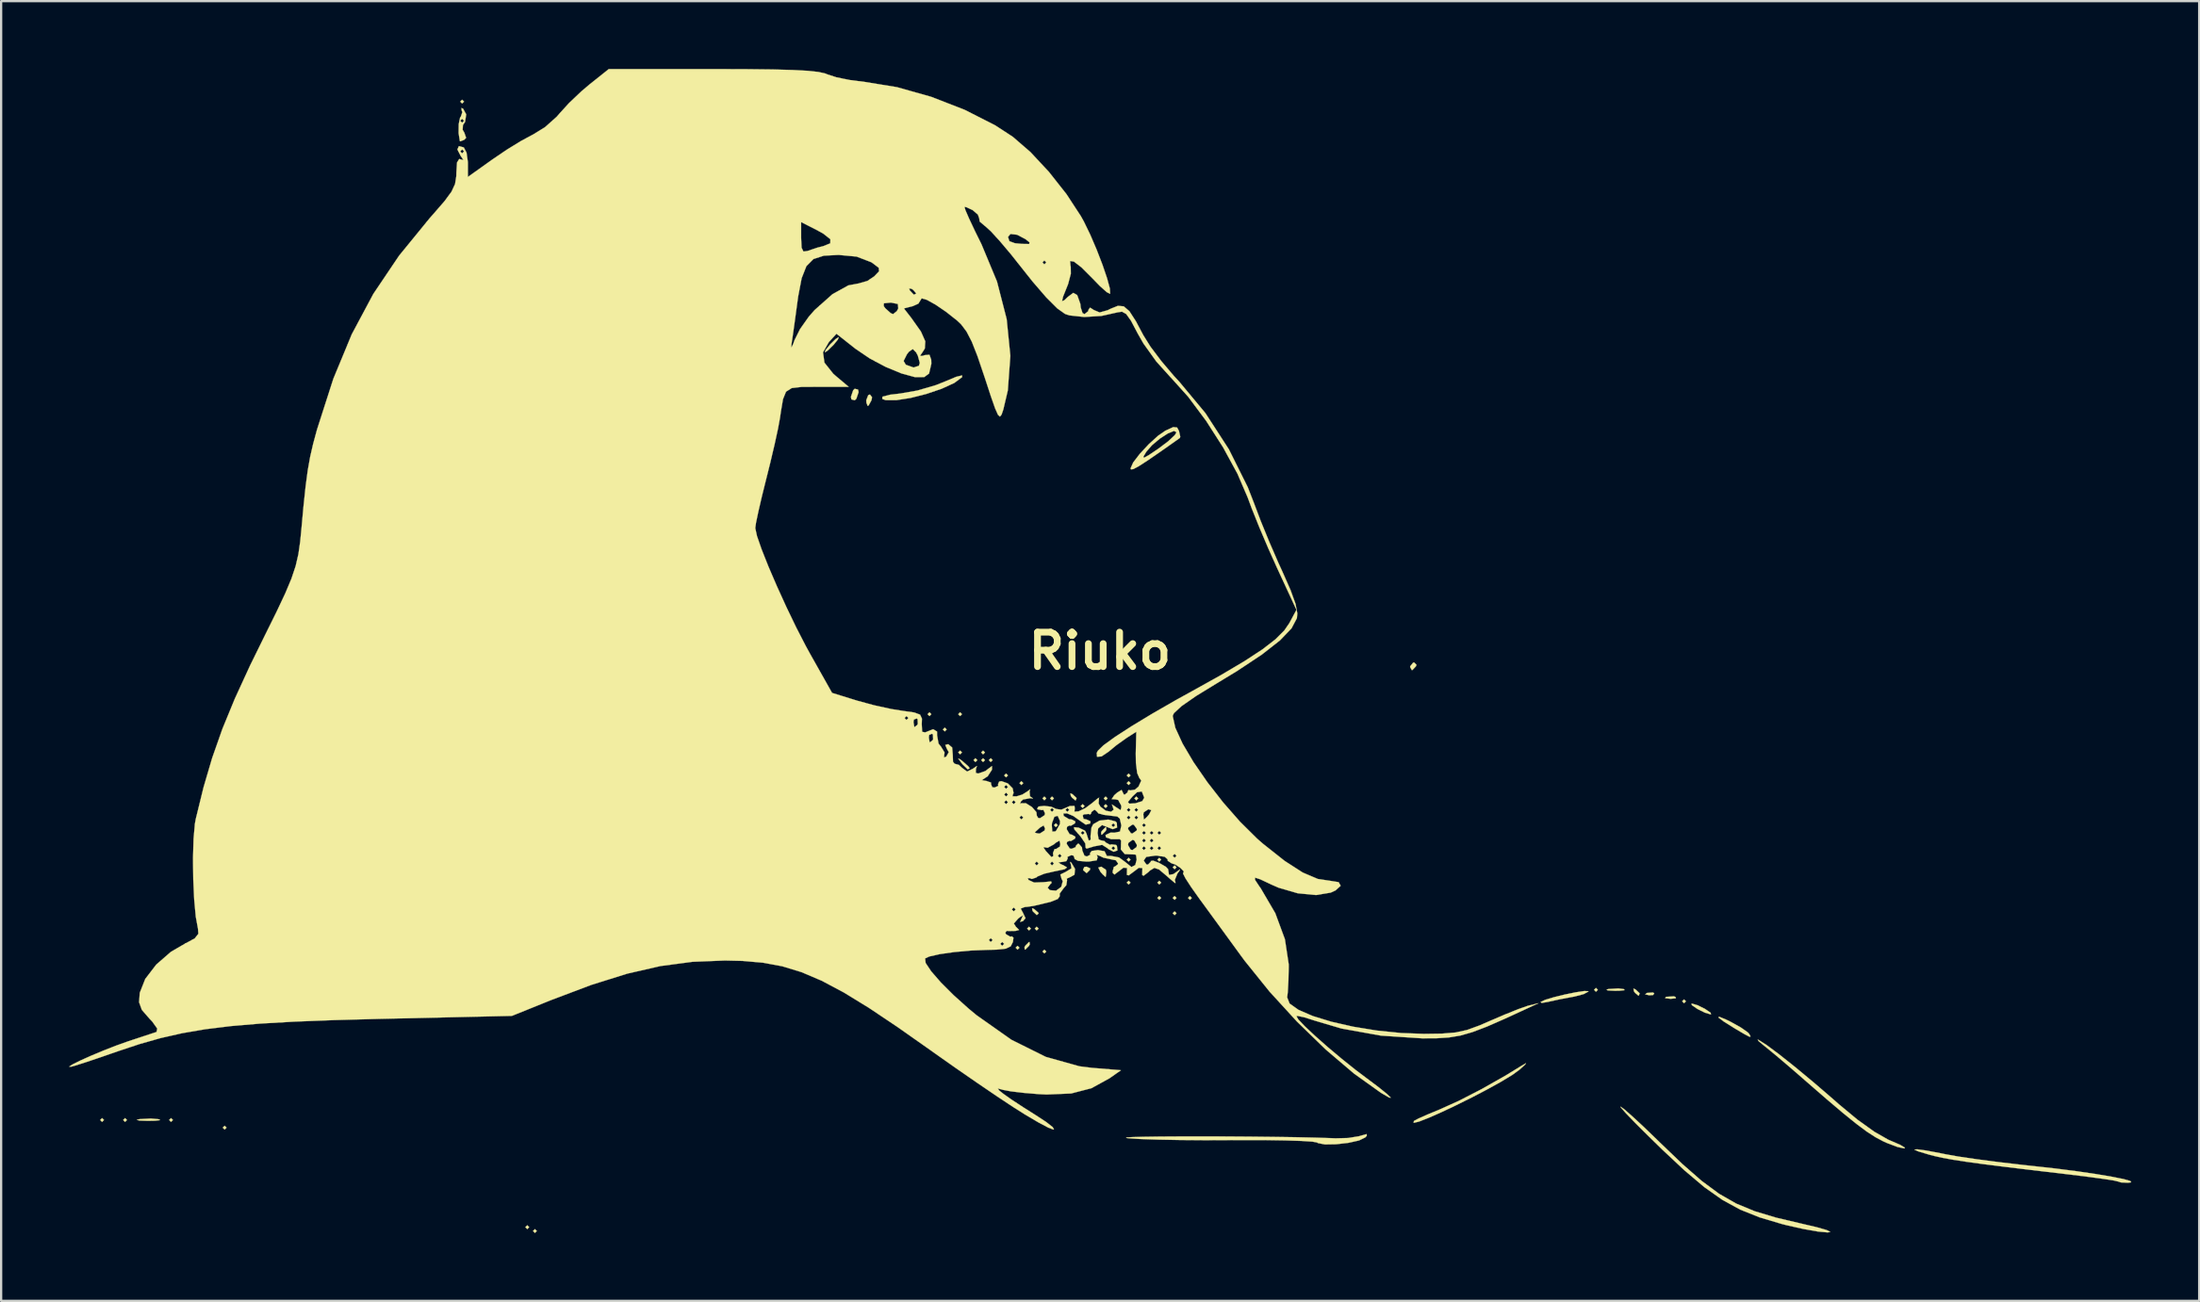
<source format=kicad_pcb>
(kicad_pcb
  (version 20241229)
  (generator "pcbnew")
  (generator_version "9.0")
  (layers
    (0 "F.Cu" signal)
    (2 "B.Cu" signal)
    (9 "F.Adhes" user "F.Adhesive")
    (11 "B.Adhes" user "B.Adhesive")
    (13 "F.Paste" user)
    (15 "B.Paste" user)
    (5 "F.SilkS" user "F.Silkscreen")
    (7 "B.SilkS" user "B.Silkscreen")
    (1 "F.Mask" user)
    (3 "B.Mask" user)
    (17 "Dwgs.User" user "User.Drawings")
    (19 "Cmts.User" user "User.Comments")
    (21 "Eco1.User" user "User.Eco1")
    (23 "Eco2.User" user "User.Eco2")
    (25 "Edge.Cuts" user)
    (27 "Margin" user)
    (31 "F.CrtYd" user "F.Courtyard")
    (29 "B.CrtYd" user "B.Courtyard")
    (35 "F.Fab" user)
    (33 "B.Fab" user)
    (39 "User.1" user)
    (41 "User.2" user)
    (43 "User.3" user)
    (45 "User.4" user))
  (footprint "Riuko"
    (layer "F.Cu")
    (at 45.574 25.744)
    (property "Reference" "Riuko" (at 0 0 0) (layer "F.SilkS") (effects (font (size 1.524 1.524) (thickness 0.3))))
    (attr through_hole)
    (fp_poly (pts (xy -44.027 20.743) (xy -44.111 20.828) (xy -44.196 20.743) (xy -44.111 20.659) (xy -44.027 20.743)) (stroke (width 0.01) (type solid)) (fill yes) (layer "F.SilkS"))
    (fp_poly (pts (xy -43.011 20.743) (xy -43.095 20.828) (xy -43.18 20.743) (xy -43.095 20.659) (xy -43.011 20.743)) (stroke (width 0.01) (type solid)) (fill yes) (layer "F.SilkS"))
    (fp_poly (pts (xy -40.979 20.743) (xy -41.063 20.828) (xy -41.148 20.743) (xy -41.063 20.659) (xy -40.979 20.743)) (stroke (width 0.01) (type solid)) (fill yes) (layer "F.SilkS"))
    (fp_poly (pts (xy -38.608 21.082) (xy -38.693 21.167) (xy -38.777 21.082) (xy -38.693 20.997) (xy -38.608 21.082)) (stroke (width 0.01) (type solid)) (fill yes) (layer "F.SilkS"))
    (fp_poly (pts (xy -28.109 -24.299) (xy -28.194 -24.215) (xy -28.279 -24.299) (xy -28.194 -24.384) (xy -28.109 -24.299)) (stroke (width 0.01) (type solid)) (fill yes) (layer "F.SilkS"))
    (fp_poly (pts (xy -25.231 25.485) (xy -25.315 25.569) (xy -25.4 25.485) (xy -25.315 25.4) (xy -25.231 25.485)) (stroke (width 0.01) (type solid)) (fill yes) (layer "F.SilkS"))
    (fp_poly (pts (xy -24.892 25.654) (xy -24.977 25.739) (xy -25.061 25.654) (xy -24.977 25.569) (xy -24.892 25.654)) (stroke (width 0.01) (type solid)) (fill yes) (layer "F.SilkS"))
    (fp_poly (pts (xy -7.451 2.794) (xy -7.535 2.879) (xy -7.62 2.794) (xy -7.535 2.709) (xy -7.451 2.794)) (stroke (width 0.01) (type solid)) (fill yes) (layer "F.SilkS"))
    (fp_poly (pts (xy -6.773 3.471) (xy -6.858 3.556) (xy -6.943 3.471) (xy -6.858 3.387) (xy -6.773 3.471)) (stroke (width 0.01) (type solid)) (fill yes) (layer "F.SilkS"))
    (fp_poly (pts (xy -6.096 2.794) (xy -6.181 2.879) (xy -6.265 2.794) (xy -6.181 2.709) (xy -6.096 2.794)) (stroke (width 0.01) (type solid)) (fill yes) (layer "F.SilkS"))
    (fp_poly (pts (xy -6.096 4.487) (xy -6.181 4.572) (xy -6.265 4.487) (xy -6.181 4.403) (xy -6.096 4.487)) (stroke (width 0.01) (type solid)) (fill yes) (layer "F.SilkS"))
    (fp_poly (pts (xy -5.419 4.826) (xy -5.503 4.911) (xy -5.588 4.826) (xy -5.503 4.741) (xy -5.419 4.826)) (stroke (width 0.01) (type solid)) (fill yes) (layer "F.SilkS"))
    (fp_poly (pts (xy -5.08 4.487) (xy -5.165 4.572) (xy -5.249 4.487) (xy -5.165 4.403) (xy -5.08 4.487)) (stroke (width 0.01) (type solid)) (fill yes) (layer "F.SilkS"))
    (fp_poly (pts (xy -5.08 4.826) (xy -5.165 4.911) (xy -5.249 4.826) (xy -5.165 4.741) (xy -5.08 4.826)) (stroke (width 0.01) (type solid)) (fill yes) (layer "F.SilkS"))
    (fp_poly (pts (xy -4.741 4.826) (xy -4.826 4.911) (xy -4.911 4.826) (xy -4.826 4.741) (xy -4.741 4.826)) (stroke (width 0.01) (type solid)) (fill yes) (layer "F.SilkS"))
    (fp_poly (pts (xy -4.064 5.503) (xy -4.149 5.588) (xy -4.233 5.503) (xy -4.149 5.419) (xy -4.064 5.503)) (stroke (width 0.01) (type solid)) (fill yes) (layer "F.SilkS"))
    (fp_poly (pts (xy -3.556 13.123) (xy -3.641 13.208) (xy -3.725 13.123) (xy -3.641 13.039) (xy -3.556 13.123)) (stroke (width 0.01) (type solid)) (fill yes) (layer "F.SilkS"))
    (fp_poly (pts (xy -3.387 5.842) (xy -3.471 5.927) (xy -3.556 5.842) (xy -3.471 5.757) (xy -3.387 5.842)) (stroke (width 0.01) (type solid)) (fill yes) (layer "F.SilkS"))
    (fp_poly (pts (xy -3.048 12.277) (xy -3.133 12.361) (xy -3.217 12.277) (xy -3.133 12.192) (xy -3.048 12.277)) (stroke (width 0.01) (type solid)) (fill yes) (layer "F.SilkS"))
    (fp_poly (pts (xy -2.709 12.277) (xy -2.794 12.361) (xy -2.879 12.277) (xy -2.794 12.192) (xy -2.709 12.277)) (stroke (width 0.01) (type solid)) (fill yes) (layer "F.SilkS"))
    (fp_poly (pts (xy -2.371 6.519) (xy -2.455 6.604) (xy -2.54 6.519) (xy -2.455 6.435) (xy -2.371 6.519)) (stroke (width 0.01) (type solid)) (fill yes) (layer "F.SilkS"))
    (fp_poly (pts (xy -2.371 13.293) (xy -2.455 13.377) (xy -2.54 13.293) (xy -2.455 13.208) (xy -2.371 13.293)) (stroke (width 0.01) (type solid)) (fill yes) (layer "F.SilkS"))
    (fp_poly (pts (xy -2.032 6.519) (xy -2.117 6.604) (xy -2.201 6.519) (xy -2.117 6.435) (xy -2.032 6.519)) (stroke (width 0.01) (type solid)) (fill yes) (layer "F.SilkS"))
    (fp_poly (pts (xy -1.863 7.705) (xy -1.947 7.789) (xy -2.032 7.705) (xy -1.947 7.62) (xy -1.863 7.705)) (stroke (width 0.01) (type solid)) (fill yes) (layer "F.SilkS"))
    (fp_poly (pts (xy -0.677 6.858) (xy -0.762 6.943) (xy -0.847 6.858) (xy -0.762 6.773) (xy -0.677 6.858)) (stroke (width 0.01) (type solid)) (fill yes) (layer "F.SilkS"))
    (fp_poly (pts (xy 0.339 6.519) (xy 0.254 6.604) (xy 0.169 6.519) (xy 0.254 6.435) (xy 0.339 6.519)) (stroke (width 0.01) (type solid)) (fill yes) (layer "F.SilkS"))
    (fp_poly (pts (xy 0.339 6.858) (xy 0.254 6.943) (xy 0.169 6.858) (xy 0.254 6.773) (xy 0.339 6.858)) (stroke (width 0.01) (type solid)) (fill yes) (layer "F.SilkS"))
    (fp_poly (pts (xy 1.355 5.503) (xy 1.27 5.588) (xy 1.185 5.503) (xy 1.27 5.419) (xy 1.355 5.503)) (stroke (width 0.01) (type solid)) (fill yes) (layer "F.SilkS"))
    (fp_poly (pts (xy 1.355 5.842) (xy 1.27 5.927) (xy 1.185 5.842) (xy 1.27 5.757) (xy 1.355 5.842)) (stroke (width 0.01) (type solid)) (fill yes) (layer "F.SilkS"))
    (fp_poly (pts (xy 1.355 9.229) (xy 1.27 9.313) (xy 1.185 9.229) (xy 1.27 9.144) (xy 1.355 9.229)) (stroke (width 0.01) (type solid)) (fill yes) (layer "F.SilkS"))
    (fp_poly (pts (xy 1.355 10.245) (xy 1.27 10.329) (xy 1.185 10.245) (xy 1.27 10.16) (xy 1.355 10.245)) (stroke (width 0.01) (type solid)) (fill yes) (layer "F.SilkS"))
    (fp_poly (pts (xy 1.693 6.519) (xy 1.609 6.604) (xy 1.524 6.519) (xy 1.609 6.435) (xy 1.693 6.519)) (stroke (width 0.01) (type solid)) (fill yes) (layer "F.SilkS"))
    (fp_poly (pts (xy 2.709 9.229) (xy 2.625 9.313) (xy 2.54 9.229) (xy 2.625 9.144) (xy 2.709 9.229)) (stroke (width 0.01) (type solid)) (fill yes) (layer "F.SilkS"))
    (fp_poly (pts (xy 2.709 10.245) (xy 2.625 10.329) (xy 2.54 10.245) (xy 2.625 10.16) (xy 2.709 10.245)) (stroke (width 0.01) (type solid)) (fill yes) (layer "F.SilkS"))
    (fp_poly (pts (xy 2.709 10.922) (xy 2.625 11.007) (xy 2.54 10.922) (xy 2.625 10.837) (xy 2.709 10.922)) (stroke (width 0.01) (type solid)) (fill yes) (layer "F.SilkS"))
    (fp_poly (pts (xy 3.387 9.567) (xy 3.302 9.652) (xy 3.217 9.567) (xy 3.302 9.483) (xy 3.387 9.567)) (stroke (width 0.01) (type solid)) (fill yes) (layer "F.SilkS"))
    (fp_poly (pts (xy 3.387 10.922) (xy 3.302 11.007) (xy 3.217 10.922) (xy 3.302 10.837) (xy 3.387 10.922)) (stroke (width 0.01) (type solid)) (fill yes) (layer "F.SilkS"))
    (fp_poly (pts (xy 3.387 11.599) (xy 3.302 11.684) (xy 3.217 11.599) (xy 3.302 11.515) (xy 3.387 11.599)) (stroke (width 0.01) (type solid)) (fill yes) (layer "F.SilkS"))
    (fp_poly (pts (xy 4.064 10.922) (xy 3.979 11.007) (xy 3.895 10.922) (xy 3.979 10.837) (xy 4.064 10.922)) (stroke (width 0.01) (type solid)) (fill yes) (layer "F.SilkS"))
    (fp_poly (pts (xy 22.013 14.986) (xy 21.929 15.071) (xy 21.844 14.986) (xy 21.929 14.901) (xy 22.013 14.986)) (stroke (width 0.01) (type solid)) (fill yes) (layer "F.SilkS"))
    (fp_poly (pts (xy 25.908 15.494) (xy 25.823 15.579) (xy 25.739 15.494) (xy 25.823 15.409) (xy 25.908 15.494)) (stroke (width 0.01) (type solid)) (fill yes) (layer "F.SilkS"))
    (fp_poly (pts (xy 24.507 15.138) (xy 24.457 15.215) (xy 24.285 15.227) (xy 24.105 15.185) (xy 24.183 15.124) (xy 24.448 15.104) (xy 24.507 15.138)) (stroke (width 0.01) (type solid)) (fill yes) (layer "F.SilkS"))
    (fp_poly (pts (xy 25.442 15.297) (xy 25.464 15.359) (xy 25.231 15.383) (xy 24.99 15.356) (xy 25.019 15.297) (xy 25.366 15.275) (xy 25.442 15.297)) (stroke (width 0.01) (type solid)) (fill yes) (layer "F.SilkS"))
    (fp_poly (pts (xy -2.905 11.414) (xy -2.724 11.571) (xy -2.709 11.609) (xy -2.79 11.679) (xy -2.957 11.523) (xy -2.98 11.489) (xy -2.999 11.373) (xy -2.905 11.414)) (stroke (width 0.01) (type solid)) (fill yes) (layer "F.SilkS"))
    (fp_poly (pts (xy -1.211 6.334) (xy -1.03 6.504) (xy -1.067 6.602) (xy -1.091 6.604) (xy -1.234 6.484) (xy -1.286 6.409) (xy -1.306 6.293) (xy -1.211 6.334)) (stroke (width 0.01) (type solid)) (fill yes) (layer "F.SilkS"))
    (fp_poly (pts (xy 23.681 14.97) (xy 23.862 15.14) (xy 23.825 15.238) (xy 23.801 15.24) (xy 23.658 15.12) (xy 23.606 15.045) (xy 23.586 14.929) (xy 23.681 14.97)) (stroke (width 0.01) (type solid)) (fill yes) (layer "F.SilkS"))
    (fp_poly (pts (xy -41.611 20.709) (xy -41.543 20.748) (xy -41.765 20.774) (xy -42.079 20.78) (xy -42.464 20.767) (xy -42.576 20.737) (xy -42.458 20.706) (xy -41.957 20.679) (xy -41.611 20.709)) (stroke (width 0.01) (type solid)) (fill yes) (layer "F.SilkS"))
    (fp_poly (pts (xy -11.581 -13.78) (xy -11.769 -13.547) (xy -12.023 -13.296) (xy -12.16 -13.208) (xy -12.125 -13.314) (xy -11.938 -13.547) (xy -11.684 -13.797) (xy -11.547 -13.885) (xy -11.581 -13.78)) (stroke (width 0.01) (type solid)) (fill yes) (layer "F.SilkS"))
    (fp_poly (pts (xy -10.691 -11.563) (xy -10.668 -11.45) (xy -10.767 -11.157) (xy -10.837 -11.091) (xy -10.984 -11.128) (xy -11.007 -11.241) (xy -10.907 -11.533) (xy -10.837 -11.599) (xy -10.691 -11.563)) (stroke (width 0.01) (type solid)) (fill yes) (layer "F.SilkS"))
    (fp_poly (pts (xy -10.072 -11.221) (xy -10.099 -11.091) (xy -10.219 -10.869) (xy -10.263 -10.837) (xy -10.322 -10.976) (xy -10.329 -11.091) (xy -10.241 -11.317) (xy -10.165 -11.345) (xy -10.072 -11.221)) (stroke (width 0.01) (type solid)) (fill yes) (layer "F.SilkS"))
    (fp_poly (pts (xy -6.176 4.794) (xy -6.054 4.889) (xy -5.819 5.098) (xy -5.757 5.185) (xy -5.84 5.236) (xy -6.065 5.019) (xy -6.118 4.953) (xy -6.264 4.752) (xy -6.176 4.794)) (stroke (width 0.01) (type solid)) (fill yes) (layer "F.SilkS"))
    (fp_poly (pts (xy -3.101 12.979) (xy -3.133 13.039) (xy -3.292 13.2) (xy -3.322 13.208) (xy -3.334 13.099) (xy -3.302 13.039) (xy -3.142 12.877) (xy -3.113 12.869) (xy -3.101 12.979)) (stroke (width 0.01) (type solid)) (fill yes) (layer "F.SilkS"))
    (fp_poly (pts (xy -0.428 9.614) (xy -0.441 9.68) (xy -0.58 9.819) (xy -0.593 9.821) (xy -0.728 9.706) (xy -0.745 9.68) (xy -0.694 9.556) (xy -0.593 9.539) (xy -0.428 9.614)) (stroke (width 0.01) (type solid)) (fill yes) (layer "F.SilkS"))
    (fp_poly (pts (xy 0.263 9.673) (xy 0.282 9.765) (xy 0.261 9.972) (xy 0.247 9.991) (xy 0.125 9.881) (xy 0.023 9.765) (xy -0.071 9.579) (xy 0.059 9.539) (xy 0.263 9.673)) (stroke (width 0.01) (type solid)) (fill yes) (layer "F.SilkS"))
    (fp_poly (pts (xy 0.286 7.899) (xy 0.254 7.959) (xy 0.094 8.12) (xy 0.065 8.128) (xy 0.053 8.019) (xy 0.085 7.959) (xy 0.244 7.797) (xy 0.274 7.789) (xy 0.286 7.899)) (stroke (width 0.01) (type solid)) (fill yes) (layer "F.SilkS"))
    (fp_poly (pts (xy 13.996 0.612) (xy 13.97 0.677) (xy 13.818 0.839) (xy 13.791 0.847) (xy 13.718 0.716) (xy 13.716 0.677) (xy 13.846 0.515) (xy 13.895 0.508) (xy 13.996 0.612)) (stroke (width 0.01) (type solid)) (fill yes) (layer "F.SilkS"))
    (fp_poly (pts (xy 23.158 14.954) (xy 23.198 15) (xy 22.955 15.026) (xy 22.775 15.028) (xy 22.447 15.011) (xy 22.398 14.973) (xy 22.481 14.951) (xy 22.922 14.924) (xy 23.158 14.954)) (stroke (width 0.01) (type solid)) (fill yes) (layer "F.SilkS"))
    (fp_poly (pts (xy 26.422 15.668) (xy 26.755 15.833) (xy 27.001 16.001) (xy 27.014 16.075) (xy 27.009 16.075) (xy 26.749 15.997) (xy 26.416 15.833) (xy 26.169 15.664) (xy 26.157 15.591) (xy 26.162 15.591) (xy 26.422 15.668)) (stroke (width 0.01) (type solid)) (fill yes) (layer "F.SilkS"))
    (fp_poly (pts (xy 27.668 16.295) (xy 27.886 16.402) (xy 28.332 16.65) (xy 28.638 16.865) (xy 28.701 16.931) (xy 28.766 17.05) (xy 28.716 17.062) (xy 28.491 16.944) (xy 28.071 16.696) (xy 27.582 16.39) (xy 27.345 16.211) (xy 27.37 16.174) (xy 27.668 16.295)) (stroke (width 0.01) (type solid)) (fill yes) (layer "F.SilkS"))
    (fp_poly (pts (xy 21.594 15.046) (xy 21.595 15.063) (xy 21.389 15.174) (xy 20.983 15.282) (xy 20.874 15.302) (xy 20.325 15.405) (xy 19.845 15.51) (xy 19.812 15.519) (xy 19.533 15.566) (xy 19.481 15.525) (xy 19.679 15.43) (xy 20.069 15.313) (xy 20.553 15.194) (xy 21.034 15.096) (xy 21.414 15.039) (xy 21.594 15.046)) (stroke (width 0.01) (type solid)) (fill yes) (layer "F.SilkS"))
    (fp_poly (pts (xy -6.091 -12.114) (xy -6.435 -11.857) (xy -6.993 -11.601) (xy -7.669 -11.371) (xy -8.371 -11.193) (xy -9.004 -11.094) (xy -9.473 -11.097) (xy -9.622 -11.15) (xy -9.613 -11.248) (xy -9.28 -11.335) (xy -8.828 -11.388) (xy -8.073 -11.52) (xy -7.262 -11.756) (xy -6.847 -11.921) (xy -6.351 -12.128) (xy -6.093 -12.19) (xy -6.091 -12.114)) (stroke (width 0.01) (type solid)) (fill yes) (layer "F.SilkS"))
    (fp_poly (pts (xy 18.791 18.3) (xy 18.542 18.524) (xy 18.223 18.755) (xy 17.732 19.051) (xy 17.123 19.389) (xy 16.446 19.743) (xy 15.754 20.087) (xy 15.098 20.398) (xy 14.531 20.648) (xy 14.105 20.814) (xy 13.87 20.87) (xy 13.88 20.79) (xy 13.885 20.785) (xy 14.075 20.682) (xy 14.489 20.498) (xy 14.995 20.289) (xy 15.857 19.901) (xy 16.873 19.378) (xy 17.926 18.782) (xy 18.627 18.352) (xy 18.836 18.231) (xy 18.791 18.3)) (stroke (width 0.01) (type solid)) (fill yes) (layer "F.SilkS"))
    (fp_poly (pts (xy -28.151 -23.986) (xy -28.015 -23.736) (xy -28.065 -23.401) (xy -28.159 -23.261) (xy -28.171 -23.052) (xy -28.1 -22.933) (xy -28.018 -22.699) (xy -28.101 -22.611) (xy -28.277 -22.542) (xy -28.295 -22.554) (xy -28.35 -22.905) (xy -28.345 -23.305) (xy -28.314 -23.453) (xy -28.279 -23.453) (xy -28.194 -23.368) (xy -28.109 -23.453) (xy -28.194 -23.537) (xy -28.279 -23.453) (xy -28.314 -23.453) (xy -28.285 -23.594) (xy -28.25 -23.64) (xy -28.185 -23.837) (xy -28.217 -23.914) (xy -28.224 -24.018) (xy -28.151 -23.986)) (stroke (width 0.01) (type solid)) (fill yes) (layer "F.SilkS"))
    (fp_poly (pts (xy 29.125 17.205) (xy 29.48 17.431) (xy 30.035 17.845) (xy 30.74 18.406) (xy 31.544 19.073) (xy 32.396 19.806) (xy 32.681 20.057) (xy 33.487 20.726) (xy 34.237 21.264) (xy 34.854 21.616) (xy 34.967 21.664) (xy 35.384 21.844) (xy 35.587 21.967) (xy 35.56 22.001) (xy 35.257 21.935) (xy 34.802 21.764) (xy 34.629 21.686) (xy 34.291 21.507) (xy 33.911 21.262) (xy 33.448 20.918) (xy 32.862 20.444) (xy 32.113 19.809) (xy 31.158 18.979) (xy 31.046 18.881) (xy 30.459 18.372) (xy 29.905 17.901) (xy 29.478 17.55) (xy 29.379 17.471) (xy 29.12 17.256) (xy 29.078 17.185) (xy 29.125 17.205)) (stroke (width 0.01) (type solid)) (fill yes) (layer "F.SilkS"))
    (fp_poly (pts (xy 3.412 -9.885) (xy 3.495 -9.735) (xy 3.552 -9.482) (xy 3.535 -9.423) (xy 2.703 -8.836) (xy 2.108 -8.426) (xy 1.712 -8.17) (xy 1.48 -8.047) (xy 1.374 -8.033) (xy 1.355 -8.079) (xy 1.472 -8.34) (xy 1.668 -8.595) (xy 1.922 -8.595) (xy 1.948 -8.545) (xy 2.171 -8.67) (xy 2.582 -8.947) (xy 3.018 -9.275) (xy 3.311 -9.549) (xy 3.387 -9.676) (xy 3.276 -9.735) (xy 3 -9.621) (xy 2.646 -9.391) (xy 2.299 -9.099) (xy 2.051 -8.812) (xy 1.922 -8.595) (xy 1.668 -8.595) (xy 1.769 -8.727) (xy 2.165 -9.151) (xy 2.576 -9.524) (xy 2.897 -9.746) (xy 3.244 -9.904) (xy 3.412 -9.885)) (stroke (width 0.01) (type solid)) (fill yes) (layer "F.SilkS"))
    (fp_poly (pts (xy 23.175 20.263) (xy 23.526 20.571) (xy 24.021 21.029) (xy 24.609 21.595) (xy 24.747 21.73) (xy 25.75 22.691) (xy 26.601 23.436) (xy 27.371 24.006) (xy 28.129 24.44) (xy 28.946 24.778) (xy 29.891 25.062) (xy 30.988 25.321) (xy 31.687 25.485) (xy 32.129 25.611) (xy 32.288 25.691) (xy 32.173 25.716) (xy 31.734 25.675) (xy 31.089 25.561) (xy 30.357 25.396) (xy 30.141 25.341) (xy 29.162 25.049) (xy 28.311 24.709) (xy 27.521 24.277) (xy 26.72 23.712) (xy 25.84 22.969) (xy 24.865 22.056) (xy 24.212 21.418) (xy 23.665 20.872) (xy 23.262 20.454) (xy 23.041 20.205) (xy 23.015 20.151) (xy 23.175 20.263)) (stroke (width 0.01) (type solid)) (fill yes) (layer "F.SilkS"))
    (fp_poly (pts (xy 36.524 22.093) (xy 37.163 22.213) (xy 37.371 22.256) (xy 37.952 22.36) (xy 38.778 22.481) (xy 39.757 22.609) (xy 40.796 22.73) (xy 41.267 22.781) (xy 42.252 22.89) (xy 43.186 23.01) (xy 44.026 23.133) (xy 44.729 23.251) (xy 45.253 23.356) (xy 45.555 23.442) (xy 45.591 23.499) (xy 45.452 23.519) (xy 45.135 23.504) (xy 45.029 23.468) (xy 44.844 23.423) (xy 44.386 23.351) (xy 43.719 23.26) (xy 42.906 23.159) (xy 42.672 23.131) (xy 41.176 22.955) (xy 39.974 22.81) (xy 39.023 22.69) (xy 38.282 22.588) (xy 37.707 22.499) (xy 37.257 22.417) (xy 36.887 22.335) (xy 36.65 22.273) (xy 36.173 22.13) (xy 36.007 22.052) (xy 36.131 22.039) (xy 36.524 22.093)) (stroke (width 0.01) (type solid)) (fill yes) (layer "F.SilkS"))
    (fp_poly (pts (xy 11.798 21.44) (xy 11.732 21.514) (xy 11.456 21.648) (xy 10.985 21.753) (xy 10.441 21.816) (xy 9.95 21.824) (xy 9.635 21.764) (xy 9.602 21.739) (xy 9.4 21.701) (xy 8.91 21.669) (xy 8.184 21.646) (xy 7.272 21.632) (xy 6.226 21.631) (xy 5.792 21.633) (xy 4.644 21.637) (xy 3.552 21.629) (xy 2.581 21.611) (xy 1.799 21.585) (xy 1.272 21.551) (xy 1.185 21.541) (xy 1.158 21.518) (xy 1.424 21.5) (xy 1.938 21.486) (xy 2.654 21.476) (xy 3.526 21.471) (xy 4.51 21.47) (xy 5.559 21.472) (xy 6.628 21.479) (xy 7.671 21.49) (xy 8.644 21.504) (xy 9.5 21.523) (xy 10.194 21.545) (xy 10.414 21.554) (xy 10.971 21.54) (xy 11.458 21.461) (xy 11.515 21.443) (xy 11.792 21.367) (xy 11.798 21.44)) (stroke (width 0.01) (type solid)) (fill yes) (layer "F.SilkS"))
    (fp_poly (pts (xy 0.685 7.534) (xy 0.747 7.596) (xy 0.759 7.811) (xy 0.566 7.88) (xy 0.442 7.832) (xy 0.112 7.705) (xy 0.508 7.705) (xy 0.593 7.789) (xy 0.677 7.705) (xy 0.593 7.62) (xy 0.508 7.705) (xy 0.112 7.705) (xy 0.094 7.697) (xy -0.078 7.849) (xy -0.102 8.052) (xy -0.058 8.324) (xy 0.022 8.368) (xy 0.208 8.41) (xy 0.254 8.467) (xy 0.45 8.572) (xy 0.508 8.551) (xy 0.716 8.577) (xy 0.753 8.622) (xy 0.774 8.821) (xy 0.604 8.879) (xy 0.375 8.761) (xy 0.345 8.728) (xy 0.333 8.721) (xy 0.508 8.721) (xy 0.593 8.805) (xy 0.677 8.721) (xy 0.593 8.636) (xy 0.508 8.721) (xy 0.333 8.721) (xy 0.1 8.574) (xy -0.274 8.644) (xy -0.306 8.656) (xy -0.584 8.739) (xy -0.633 8.704) (xy -0.63 8.701) (xy -0.647 8.508) (xy -0.854 8.202) (xy -0.887 8.165) (xy -0.994 8.043) (xy -0.847 8.043) (xy -0.762 8.128) (xy -0.677 8.043) (xy -0.762 7.959) (xy -0.847 8.043) (xy -0.994 8.043) (xy -1.13 7.889) (xy -1.146 7.793) (xy -0.942 7.814) (xy -0.931 7.816) (xy -0.656 7.949) (xy -0.593 8.074) (xy -0.505 8.351) (xy -0.478 8.383) (xy -0.407 8.347) (xy -0.414 8.186) (xy -0.373 7.81) (xy -0.296 7.662) (xy -0.015 7.501) (xy 0.37 7.455) (xy 0.685 7.534)) (stroke (width 0.01) (type solid)) (fill yes) (layer "F.SilkS"))
    (fp_poly (pts (xy -15.64 -25.735) (xy -14.472 -25.722) (xy -13.573 -25.698) (xy -12.91 -25.662) (xy -12.448 -25.612) (xy -12.152 -25.547) (xy -12.057 -25.508) (xy -11.656 -25.376) (xy -11.05 -25.254) (xy -10.392 -25.17) (xy -8.972 -24.939) (xy -7.46 -24.513) (xy -5.971 -23.934) (xy -4.623 -23.247) (xy -3.848 -22.741) (xy -3.071 -22.069) (xy -2.252 -21.19) (xy -1.478 -20.208) (xy -0.839 -19.23) (xy -0.709 -18.995) (xy -0.429 -18.419) (xy -0.146 -17.758) (xy 0.112 -17.089) (xy 0.316 -16.489) (xy 0.439 -16.036) (xy 0.452 -15.807) (xy 0.447 -15.8) (xy 0.302 -15.873) (xy 0.002 -16.14) (xy -0.345 -16.497) (xy -0.814 -16.967) (xy -1.147 -17.223) (xy -1.318 -17.251) (xy -1.3 -17.036) (xy -1.29 -17.009) (xy -1.285 -16.689) (xy -1.404 -16.236) (xy -1.441 -16.141) (xy -1.629 -15.672) (xy -1.674 -15.474) (xy -1.575 -15.513) (xy -1.415 -15.664) (xy -1.176 -15.841) (xy -1.016 -15.751) (xy -0.994 -15.718) (xy -0.865 -15.353) (xy -0.849 -15.198) (xy -0.767 -14.946) (xy -0.677 -14.901) (xy -0.516 -15.033) (xy -0.508 -15.091) (xy -0.434 -15.188) (xy -0.266 -15.081) (xy -0.012 -14.974) (xy 0.341 -15.072) (xy 0.475 -15.138) (xy 0.796 -15.267) (xy 1.055 -15.244) (xy 1.304 -15.03) (xy 1.593 -14.582) (xy 1.918 -13.97) (xy 2.234 -13.462) (xy 2.712 -12.827) (xy 3.267 -12.172) (xy 3.503 -11.917) (xy 4.664 -10.522) (xy 5.702 -8.92) (xy 6.537 -7.244) (xy 6.819 -6.519) (xy 7.112 -5.744) (xy 7.491 -4.818) (xy 7.891 -3.896) (xy 8.059 -3.53) (xy 8.431 -2.687) (xy 8.649 -2.083) (xy 8.727 -1.664) (xy 8.709 -1.453) (xy 8.471 -1.002) (xy 7.957 -0.467) (xy 7.154 0.161) (xy 6.052 0.892) (xy 5.188 1.416) (xy 4.246 1.994) (xy 3.606 2.44) (xy 3.271 2.751) (xy 3.217 2.871) (xy 3.333 3.394) (xy 3.654 4.095) (xy 4.14 4.917) (xy 4.752 5.804) (xy 5.45 6.7) (xy 6.193 7.548) (xy 6.944 8.293) (xy 7.209 8.525) (xy 8.171 9.286) (xy 8.966 9.798) (xy 9.633 10.082) (xy 10.153 10.16) (xy 10.554 10.224) (xy 10.644 10.383) (xy 10.418 10.588) (xy 10.202 10.687) (xy 9.554 10.794) (xy 8.748 10.716) (xy 7.899 10.469) (xy 7.586 10.332) (xy 7.09 10.098) (xy 6.86 10.023) (xy 6.858 10.122) (xy 7.045 10.405) (xy 7.106 10.49) (xy 7.754 11.597) (xy 8.179 12.75) (xy 8.346 13.852) (xy 8.348 13.961) (xy 8.334 14.571) (xy 8.306 15.082) (xy 8.278 15.319) (xy 8.386 15.593) (xy 8.783 15.874) (xy 9.417 16.147) (xy 10.239 16.399) (xy 11.198 16.617) (xy 12.244 16.788) (xy 13.328 16.898) (xy 14.323 16.933) (xy 15.13 16.922) (xy 15.726 16.873) (xy 16.235 16.761) (xy 16.783 16.561) (xy 17.251 16.358) (xy 17.908 16.076) (xy 18.494 15.841) (xy 18.904 15.697) (xy 18.965 15.68) (xy 19.389 15.577) (xy 18.965 15.774) (xy 17.921 16.256) (xy 17.113 16.61) (xy 16.473 16.854) (xy 15.934 17.009) (xy 15.427 17.093) (xy 14.885 17.128) (xy 14.242 17.131) (xy 12.428 17.012) (xy 10.679 16.697) (xy 9.499 16.348) (xy 9.046 16.204) (xy 8.747 16.141) (xy 8.688 16.147) (xy 8.767 16.29) (xy 9.058 16.597) (xy 9.51 17.021) (xy 10.07 17.516) (xy 10.687 18.034) (xy 11.306 18.53) (xy 11.726 18.847) (xy 12.31 19.285) (xy 12.694 19.593) (xy 12.861 19.756) (xy 12.793 19.754) (xy 12.474 19.57) (xy 12.404 19.526) (xy 11.238 18.693) (xy 9.985 17.627) (xy 8.716 16.395) (xy 7.499 15.064) (xy 6.402 13.702) (xy 6.219 13.454) (xy 5.667 12.695) (xy 5.068 11.873) (xy 4.53 11.135) (xy 4.404 10.964) (xy 4.038 10.447) (xy 3.781 10.051) (xy 3.674 9.84) (xy 3.68 9.821) (xy 3.711 9.749) (xy 3.559 9.593) (xy 3.332 9.444) (xy 3.167 9.39) (xy 2.996 9.276) (xy 2.994 9.215) (xy 2.867 9.102) (xy 2.591 9.059) (xy 3.217 9.059) (xy 3.302 9.144) (xy 3.387 9.059) (xy 3.302 8.975) (xy 3.217 9.059) (xy 2.591 9.059) (xy 2.519 9.048) (xy 2.464 9.047) (xy 2.048 9.107) (xy 1.936 9.27) (xy 2.059 9.445) (xy 2.127 9.445) (xy 2.254 9.315) (xy 2.25 9.29) (xy 2.351 9.271) (xy 2.618 9.372) (xy 2.915 9.543) (xy 3.015 9.65) (xy 3.055 9.905) (xy 3.253 9.866) (xy 3.344 9.8) (xy 3.544 9.654) (xy 3.508 9.735) (xy 3.43 9.837) (xy 3.312 10.123) (xy 3.345 10.26) (xy 3.315 10.258) (xy 3.093 10.073) (xy 2.955 9.95) (xy 2.616 9.665) (xy 2.409 9.592) (xy 2.218 9.706) (xy 2.14 9.781) (xy 1.93 9.942) (xy 1.871 9.906) (xy 1.878 9.6) (xy 1.72 9.588) (xy 1.511 9.748) (xy 1.273 9.924) (xy 1.193 9.902) (xy 1.193 9.901) (xy 1.2 9.595) (xy 1.041 9.584) (xy 0.875 9.711) (xy 0.644 9.886) (xy 0.568 9.815) (xy 0.564 9.747) (xy 0.618 9.546) (xy 0.663 9.534) (xy 0.79 9.44) (xy 0.804 9.398) (xy 0.704 9.255) (xy 0.55 9.226) (xy 0.15 9.139) (xy 0.016 9.073) (xy -0.141 9.011) (xy -0.101 9.118) (xy -0.138 9.257) (xy -0.486 9.312) (xy -0.593 9.313) (xy -0.967 9.28) (xy -1.124 9.197) (xy -1.118 9.172) (xy -1.169 9.048) (xy -1.27 9.031) (xy -1.435 9.106) (xy -1.422 9.172) (xy -1.483 9.294) (xy -1.641 9.325) (xy -1.837 9.35) (xy -1.728 9.427) (xy -1.609 9.478) (xy -1.453 9.574) (xy -1.556 9.651) (xy -1.956 9.736) (xy -1.993 9.742) (xy -2.458 9.85) (xy -2.763 9.974) (xy -2.809 10.016) (xy -3.009 10.084) (xy -3.086 10.052) (xy -3.19 10.044) (xy -3.152 10.128) (xy -2.909 10.24) (xy -2.491 10.225) (xy -2.155 10.19) (xy -2.133 10.259) (xy -2.177 10.294) (xy -2.31 10.47) (xy -2.212 10.577) (xy -1.939 10.601) (xy -1.71 10.433) (xy -1.642 10.183) (xy -1.695 10.074) (xy -1.748 9.885) (xy -1.511 9.769) (xy -1.259 9.616) (xy -1.28 9.452) (xy -1.321 9.325) (xy -1.264 9.361) (xy -1.101 9.636) (xy -1.124 9.894) (xy -1.295 9.991) (xy -1.465 10.068) (xy -1.451 10.141) (xy -1.485 10.357) (xy -1.609 10.499) (xy -1.779 10.731) (xy -1.775 10.843) (xy -1.86 10.967) (xy -2.18 11.095) (xy -2.242 11.11) (xy -2.656 11.209) (xy -2.913 11.27) (xy -2.921 11.272) (xy -3.188 11.312) (xy -3.323 11.324) (xy -3.502 11.392) (xy -3.399 11.584) (xy -3.288 11.818) (xy -3.405 11.949) (xy -3.527 11.979) (xy -3.465 11.837) (xy -3.394 11.688) (xy -3.523 11.764) (xy -3.616 11.838) (xy -3.804 12.052) (xy -3.707 12.206) (xy -3.691 12.217) (xy -3.571 12.338) (xy -3.725 12.379) (xy -4.044 12.385) (xy -4.119 12.377) (xy -4.182 12.46) (xy -4.15 12.529) (xy -3.957 12.637) (xy -3.899 12.618) (xy -3.821 12.678) (xy -3.846 12.869) (xy -3.942 13.06) (xy -4.16 13.165) (xy -4.583 13.209) (xy -4.973 13.218) (xy -5.705 13.248) (xy -6.438 13.315) (xy -7.08 13.407) (xy -7.544 13.512) (xy -7.727 13.597) (xy -7.704 13.798) (xy -7.459 14.166) (xy -7.033 14.656) (xy -6.467 15.222) (xy -5.802 15.819) (xy -5.452 16.109) (xy -3.907 17.198) (xy -2.393 17.951) (xy -0.908 18.367) (xy -0.341 18.438) (xy 0.931 18.542) (xy 0.423 18.899) (xy -0.374 19.337) (xy -1.271 19.57) (xy -2.355 19.616) (xy -2.689 19.6) (xy -3.361 19.544) (xy -3.934 19.476) (xy -4.295 19.408) (xy -4.318 19.4) (xy -4.515 19.349) (xy -4.451 19.438) (xy -4.26 19.591) (xy -3.913 19.836) (xy -3.391 20.179) (xy -2.832 20.532) (xy -2.368 20.837) (xy -2.083 21.061) (xy -2.031 21.164) (xy -2.049 21.167) (xy -2.286 21.079) (xy -2.734 20.841) (xy -3.323 20.493) (xy -3.815 20.182) (xy -4.533 19.707) (xy -5.421 19.103) (xy -6.375 18.443) (xy -7.29 17.798) (xy -7.451 17.683) (xy -8.943 16.633) (xy -10.218 15.779) (xy -11.321 15.103) (xy -12.296 14.585) (xy -13.187 14.205) (xy -14.038 13.945) (xy -14.893 13.786) (xy -15.797 13.707) (xy -16.577 13.689) (xy -18.008 13.746) (xy -19.422 13.933) (xy -20.891 14.269) (xy -22.488 14.769) (xy -24.288 15.449) (xy -24.299 15.454) (xy -25.993 16.138) (xy -31.835 16.27) (xy -33.875 16.325) (xy -35.623 16.393) (xy -37.121 16.479) (xy -38.415 16.589) (xy -39.551 16.729) (xy -40.572 16.904) (xy -41.524 17.12) (xy -42.451 17.383) (xy -43.399 17.698) (xy -43.432 17.709) (xy -44.169 17.965) (xy -44.815 18.183) (xy -45.286 18.333) (xy -45.466 18.384) (xy -45.569 18.383) (xy -45.418 18.284) (xy -45.073 18.114) (xy -44.596 17.9) (xy -44.045 17.67) (xy -43.483 17.45) (xy -42.969 17.267) (xy -42.954 17.262) (xy -42.381 17.073) (xy -41.924 16.922) (xy -41.704 16.849) (xy -41.673 16.699) (xy -41.895 16.388) (xy -42.021 16.256) (xy -42.354 15.872) (xy -42.475 15.535) (xy -42.445 15.118) (xy -42.203 14.504) (xy -41.719 13.872) (xy -41.071 13.307) (xy -40.464 12.954) (xy -4.403 12.954) (xy -4.318 13.039) (xy -4.233 12.954) (xy -4.318 12.869) (xy -4.403 12.954) (xy -40.464 12.954) (xy -40.442 12.941) (xy -40.149 12.785) (xy -4.911 12.785) (xy -4.826 12.869) (xy -4.741 12.785) (xy -4.826 12.7) (xy -4.911 12.785) (xy -40.149 12.785) (xy -40.018 12.715) (xy -39.855 12.507) (xy -39.871 12.288) (xy -39.969 11.753) (xy -39.999 11.43) (xy -3.895 11.43) (xy -3.81 11.515) (xy -3.725 11.43) (xy -3.81 11.345) (xy -3.895 11.43) (xy -39.999 11.43) (xy -40.04 10.984) (xy -40.081 10.085) (xy -40.089 9.398) (xy -2.879 9.398) (xy -2.794 9.483) (xy -2.709 9.398) (xy -2.201 9.398) (xy -2.117 9.483) (xy -2.032 9.398) (xy -2.117 9.313) (xy -2.201 9.398) (xy -2.709 9.398) (xy -2.794 9.313) (xy -2.879 9.398) (xy -40.089 9.398) (xy -40.091 9.158) (xy -40.078 8.686) (xy -2.498 8.686) (xy -2.387 8.848) (xy -2.146 9.111) (xy -2.059 9.074) (xy -2.06 9.059) (xy -1.863 9.059) (xy -1.778 9.144) (xy -1.693 9.059) (xy -1.778 8.975) (xy -1.863 9.059) (xy -2.06 9.059) (xy -2.074 8.932) (xy -2.005 8.759) (xy -1.933 8.754) (xy -1.77 8.65) (xy -1.75 8.541) (xy -1.786 8.387) (xy -1.949 8.478) (xy -2.032 8.551) (xy -2.31 8.703) (xy -2.463 8.679) (xy -2.498 8.686) (xy -40.078 8.686) (xy -40.067 8.309) (xy -40.043 8.036) (xy -2.879 8.036) (xy -2.742 8.069) (xy -2.653 8.072) (xy -2.447 7.939) (xy -2.427 7.848) (xy -2.488 7.715) (xy -2.653 7.813) (xy -2.846 7.991) (xy -2.879 8.036) (xy -40.043 8.036) (xy -40.013 7.702) (xy -2.126 7.702) (xy -2.105 7.986) (xy -1.975 7.98) (xy -1.937 7.95) (xy -1.768 7.655) (xy -1.762 7.523) (xy -1.867 7.29) (xy -2.013 7.331) (xy -2.117 7.605) (xy -2.126 7.702) (xy -40.013 7.702) (xy -40.008 7.64) (xy -39.971 7.437) (xy -39.954 7.366) (xy -3.556 7.366) (xy -3.471 7.451) (xy -3.387 7.366) (xy -3.471 7.281) (xy -3.556 7.366) (xy -39.954 7.366) (xy -39.788 6.689) (xy -4.233 6.689) (xy -4.149 6.773) (xy -4.064 6.689) (xy -3.895 6.689) (xy -3.81 6.773) (xy -3.725 6.689) (xy -3.81 6.604) (xy -3.895 6.689) (xy -4.064 6.689) (xy -4.149 6.604) (xy -4.233 6.689) (xy -39.788 6.689) (xy -39.705 6.35) (xy -4.233 6.35) (xy -4.149 6.435) (xy -4.064 6.35) (xy -4.149 6.265) (xy -4.233 6.35) (xy -39.705 6.35) (xy -39.626 6.028) (xy -39.243 4.726) (xy -38.923 3.817) (xy -7.564 3.817) (xy -7.527 4.048) (xy -7.404 3.954) (xy -7.373 3.906) (xy -7.382 3.693) (xy -7.42 3.66) (xy -7.546 3.71) (xy -7.564 3.817) (xy -38.923 3.817) (xy -38.794 3.449) (xy -38.667 3.14) (xy -8.241 3.14) (xy -8.204 3.37) (xy -8.081 3.277) (xy -8.051 3.229) (xy -8.059 3.016) (xy -8.097 2.982) (xy -8.223 3.033) (xy -8.241 3.14) (xy -38.667 3.14) (xy -38.594 2.963) (xy -8.636 2.963) (xy -8.551 3.048) (xy -8.467 2.963) (xy -8.551 2.879) (xy -8.636 2.963) (xy -38.594 2.963) (xy -38.246 2.116) (xy -37.57 0.644) (xy -36.921 -0.677) (xy -36.4 -1.73) (xy -36.014 -2.549) (xy -35.739 -3.204) (xy -35.554 -3.759) (xy -35.433 -4.283) (xy -35.353 -4.841) (xy -35.313 -5.249) (xy -35.295 -5.436) (xy -15.236 -5.436) (xy -15.16 -5.087) (xy -14.957 -4.501) (xy -14.655 -3.74) (xy -14.28 -2.868) (xy -13.861 -1.948) (xy -13.426 -1.044) (xy -13.001 -0.219) (xy -12.814 0.122) (xy -11.84 1.853) (xy -10.725 2.198) (xy -9.985 2.399) (xy -9.217 2.567) (xy -8.722 2.646) (xy -8.207 2.719) (xy -7.949 2.815) (xy -7.867 2.992) (xy -7.876 3.235) (xy -7.858 3.572) (xy -7.726 3.6) (xy -7.372 3.458) (xy -7.199 3.562) (xy -7.198 3.731) (xy -7.133 4.094) (xy -7.017 4.242) (xy -6.866 4.489) (xy -6.886 4.617) (xy -6.887 4.712) (xy -6.791 4.668) (xy -6.681 4.474) (xy -6.762 4.331) (xy -6.836 4.155) (xy -6.705 4.12) (xy -6.531 4.268) (xy -6.505 4.59) (xy -6.493 4.903) (xy -6.42 4.987) (xy -6.233 5.037) (xy -6.093 5.169) (xy -5.87 5.332) (xy -5.618 5.209) (xy -5.437 5.083) (xy -5.469 5.188) (xy -5.481 5.207) (xy -5.485 5.391) (xy -5.378 5.419) (xy -5.064 5.309) (xy -4.932 5.207) (xy -4.771 5.088) (xy -4.771 5.248) (xy -4.772 5.249) (xy -4.961 5.541) (xy -5.08 5.618) (xy -5.223 5.712) (xy -5.045 5.745) (xy -5.028 5.745) (xy -4.813 5.817) (xy -4.809 5.898) (xy -4.758 6.023) (xy -4.657 6.04) (xy -4.595 6.011) (xy -4.233 6.011) (xy -4.149 6.096) (xy -4.064 6.011) (xy -4.149 5.927) (xy -4.233 6.011) (xy -4.595 6.011) (xy -4.492 5.964) (xy -4.505 5.898) (xy -4.454 5.774) (xy -4.349 5.757) (xy -4.07 5.856) (xy -3.856 6.074) (xy -3.815 6.289) (xy -3.84 6.323) (xy -3.862 6.427) (xy -3.686 6.429) (xy -3.429 6.349) (xy -3.226 6.223) (xy -3.078 6.116) (xy -3.11 6.21) (xy -3.089 6.431) (xy -3.008 6.482) (xy -2.957 6.523) (xy -3.09 6.511) (xy -3.4 6.569) (xy -3.498 6.662) (xy -3.523 6.768) (xy -3.47 6.731) (xy -3.268 6.734) (xy -3.002 6.902) (xy -2.807 7.127) (xy -2.791 7.276) (xy -2.73 7.383) (xy -2.645 7.394) (xy -2.444 7.261) (xy -2.429 7.185) (xy -1.616 7.185) (xy -1.599 7.296) (xy -1.365 7.437) (xy -1.25 7.451) (xy -1.083 7.537) (xy -1.102 7.623) (xy -1.287 7.732) (xy -1.338 7.715) (xy -1.452 7.774) (xy -1.468 7.881) (xy -1.338 8.101) (xy -1.232 8.128) (xy -1.08 8.219) (xy -1.102 8.3) (xy -1.287 8.409) (xy -1.338 8.392) (xy -1.455 8.446) (xy -1.468 8.531) (xy -1.335 8.732) (xy -1.251 8.749) (xy -1.072 8.674) (xy -1.068 8.625) (xy -0.977 8.524) (xy -0.931 8.526) (xy -0.792 8.687) (xy -0.78 8.819) (xy -0.683 9.052) (xy -0.576 9.088) (xy -0.425 9.008) (xy -0.441 8.946) (xy -0.364 8.844) (xy -0.085 8.805) (xy 0.206 8.856) (xy 0.259 8.966) (xy 0.31 9.068) (xy 0.489 9.063) (xy 0.845 9.131) (xy 1.113 9.327) (xy 1.394 9.554) (xy 1.563 9.468) (xy 1.626 9.229) (xy 1.597 9.02) (xy 1.551 9) (xy 1.098 8.982) (xy 0.923 8.773) (xy 0.931 8.639) (xy 0.932 8.58) (xy 1.242 8.58) (xy 1.359 8.786) (xy 1.439 8.805) (xy 1.553 8.721) (xy 1.863 8.721) (xy 1.947 8.805) (xy 2.032 8.721) (xy 2.201 8.721) (xy 2.286 8.805) (xy 2.371 8.721) (xy 2.54 8.721) (xy 2.625 8.805) (xy 2.709 8.721) (xy 2.625 8.636) (xy 2.54 8.721) (xy 2.371 8.721) (xy 2.286 8.636) (xy 2.201 8.721) (xy 2.032 8.721) (xy 1.947 8.636) (xy 1.863 8.721) (xy 1.553 8.721) (xy 1.62 8.671) (xy 1.637 8.58) (xy 1.524 8.382) (xy 1.863 8.382) (xy 1.947 8.467) (xy 2.032 8.382) (xy 2.201 8.382) (xy 2.286 8.467) (xy 2.371 8.382) (xy 2.286 8.297) (xy 2.201 8.382) (xy 2.032 8.382) (xy 1.947 8.297) (xy 1.863 8.382) (xy 1.524 8.382) (xy 1.519 8.373) (xy 1.439 8.354) (xy 1.259 8.488) (xy 1.242 8.58) (xy 0.932 8.58) (xy 0.935 8.377) (xy 0.879 8.321) (xy 0.503 8.324) (xy 0.266 8.24) (xy 0.248 8.138) (xy 0.475 8.031) (xy 0.647 8.037) (xy 0.887 7.985) (xy 0.913 7.874) (xy 1.242 7.874) (xy 1.373 8.06) (xy 1.439 8.072) (xy 1.479 8.043) (xy 1.863 8.043) (xy 1.947 8.128) (xy 2.032 8.043) (xy 2.201 8.043) (xy 2.286 8.128) (xy 2.371 8.043) (xy 2.54 8.043) (xy 2.625 8.128) (xy 2.709 8.043) (xy 2.625 7.959) (xy 2.54 8.043) (xy 2.371 8.043) (xy 2.286 7.959) (xy 2.201 8.043) (xy 2.032 8.043) (xy 1.947 7.959) (xy 1.863 8.043) (xy 1.479 8.043) (xy 1.625 7.94) (xy 1.637 7.874) (xy 1.517 7.705) (xy 1.863 7.705) (xy 1.947 7.789) (xy 2.032 7.705) (xy 1.947 7.62) (xy 1.863 7.705) (xy 1.517 7.705) (xy 1.505 7.688) (xy 1.439 7.676) (xy 1.253 7.808) (xy 1.242 7.874) (xy 0.913 7.874) (xy 0.948 7.717) (xy 0.88 7.413) (xy 0.825 7.366) (xy 1.185 7.366) (xy 1.27 7.451) (xy 1.355 7.366) (xy 1.524 7.366) (xy 1.609 7.451) (xy 1.693 7.366) (xy 1.609 7.281) (xy 1.524 7.366) (xy 1.355 7.366) (xy 1.27 7.281) (xy 1.185 7.366) (xy 0.825 7.366) (xy 0.77 7.32) (xy 0.206 7.251) (xy 0.1 7.225) (xy 1.919 7.225) (xy 1.941 7.432) (xy 1.955 7.451) (xy 2.077 7.341) (xy 2.178 7.225) (xy 2.272 7.039) (xy 2.142 6.999) (xy 1.939 7.133) (xy 1.919 7.225) (xy 0.1 7.225) (xy -0.069 7.182) (xy -0.115 7.119) (xy -0.212 7.03) (xy -0.254 7.027) (xy -0.383 7.129) (xy -0.377 7.167) (xy -0.435 7.234) (xy -0.492 7.206) (xy -0.713 7.225) (xy -0.76 7.279) (xy -0.722 7.424) (xy -0.593 7.451) (xy -0.413 7.535) (xy -0.43 7.631) (xy -0.626 7.68) (xy -0.872 7.513) (xy -1.171 7.3) (xy -1.451 7.181) (xy -1.616 7.185) (xy -2.429 7.185) (xy -2.427 7.176) (xy -2.5 7.027) (xy -2.201 7.027) (xy -2.117 7.112) (xy -2.032 7.027) (xy -1.524 7.027) (xy -1.439 7.112) (xy -1.355 7.027) (xy -1.439 6.943) (xy -1.524 7.027) (xy -2.032 7.027) (xy -2.117 6.943) (xy -2.201 7.027) (xy -2.5 7.027) (xy -2.502 7.024) (xy -2.557 7.038) (xy -2.75 7.005) (xy -2.776 6.972) (xy -2.713 6.878) (xy -2.457 6.851) (xy -2.15 6.888) (xy -1.932 6.986) (xy -1.706 7.021) (xy -1.627 6.985) (xy -1.332 6.857) (xy -1.124 6.851) (xy -1.11 6.958) (xy -1.127 7.105) (xy -0.943 7.093) (xy -0.641 6.947) (xy -0.35 6.731) (xy -0.098 6.521) (xy -0.026 6.484) (xy -0.041 6.504) (xy -0.057 6.745) (xy 0.022 6.885) (xy 0.262 7.064) (xy 0.496 7.109) (xy 0.607 7.017) (xy 0.57 6.9) (xy 0.531 6.785) (xy 0.709 6.904) (xy 0.716 6.91) (xy 0.919 7.038) (xy 0.921 7.027) (xy 1.185 7.027) (xy 1.27 7.112) (xy 1.355 7.027) (xy 1.524 7.027) (xy 1.609 7.112) (xy 1.693 7.027) (xy 1.609 6.943) (xy 1.524 7.027) (xy 1.355 7.027) (xy 1.27 6.943) (xy 1.185 7.027) (xy 0.921 7.027) (xy 0.949 6.901) (xy 0.938 6.825) (xy 0.858 6.678) (xy 1.239 6.678) (xy 1.301 6.751) (xy 1.562 6.738) (xy 1.871 6.641) (xy 1.96 6.489) (xy 1.852 6.211) (xy 1.642 6.245) (xy 1.44 6.434) (xy 1.239 6.678) (xy 0.858 6.678) (xy 0.81 6.589) (xy 0.697 6.562) (xy 0.52 6.551) (xy 0.635 6.378) (xy 0.772 6.257) (xy 0.959 6.145) (xy 0.983 6.194) (xy 1.056 6.344) (xy 1.101 6.35) (xy 1.23 6.248) (xy 1.223 6.21) (xy 1.28 6.142) (xy 1.331 6.166) (xy 1.549 6.133) (xy 1.706 5.997) (xy 1.828 5.731) (xy 1.743 5.617) (xy 1.648 5.398) (xy 1.592 4.95) (xy 1.585 4.538) (xy 1.609 3.572) (xy 1.185 3.841) (xy 0.725 4.17) (xy 0.382 4.454) (xy 0.073 4.662) (xy -0.127 4.678) (xy -0.141 4.509) (xy -0.091 4.413) (xy 0.157 4.171) (xy 0.668 3.8) (xy 1.402 3.325) (xy 2.318 2.77) (xy 3.379 2.16) (xy 4.064 1.782) (xy 5.37 1.054) (xy 6.4 0.443) (xy 7.186 -0.072) (xy 7.758 -0.515) (xy 8.15 -0.907) (xy 8.372 -1.23) (xy 8.69 -1.82) (xy 7.838 -3.662) (xy 7.442 -4.545) (xy 7.048 -5.472) (xy 6.71 -6.314) (xy 6.533 -6.791) (xy 6.08 -7.844) (xy 5.446 -9.008) (xy 4.699 -10.176) (xy 3.908 -11.239) (xy 3.144 -12.089) (xy 3.119 -12.113) (xy 2.49 -12.811) (xy 1.924 -13.603) (xy 1.668 -14.052) (xy 1.376 -14.606) (xy 1.163 -14.906) (xy 0.976 -15.009) (xy 0.784 -14.98) (xy 0.068 -14.821) (xy -0.689 -14.774) (xy -1.34 -14.844) (xy -1.535 -14.906) (xy -1.88 -15.15) (xy -2.372 -15.641) (xy -2.978 -16.344) (xy -3.392 -16.865) (xy -3.647 -17.187) (xy -2.54 -17.187) (xy -2.455 -17.103) (xy -2.371 -17.187) (xy -2.455 -17.272) (xy -2.54 -17.187) (xy -3.647 -17.187) (xy -3.927 -17.54) (xy -4.419 -18.124) (xy -4.594 -18.316) (xy -4.064 -18.316) (xy -4.001 -18.126) (xy -3.753 -18.035) (xy -3.445 -18.007) (xy -3.126 -18.002) (xy -3.111 -18.074) (xy -3.294 -18.219) (xy -3.661 -18.412) (xy -3.953 -18.445) (xy -4.064 -18.316) (xy -4.594 -18.316) (xy -4.816 -18.559) (xy -5.067 -18.788) (xy -5.085 -18.799) (xy -5.316 -18.997) (xy -5.334 -19.135) (xy -5.394 -19.303) (xy -5.631 -19.504) (xy -5.911 -19.633) (xy -5.985 -19.643) (xy -5.946 -19.502) (xy -5.781 -19.121) (xy -5.517 -18.561) (xy -5.236 -17.992) (xy -4.55 -16.344) (xy -4.122 -14.68) (xy -3.959 -13.056) (xy -4.071 -11.527) (xy -4.269 -10.685) (xy -4.346 -10.459) (xy -4.418 -10.367) (xy -4.506 -10.447) (xy -4.634 -10.736) (xy -4.821 -11.271) (xy -5.089 -12.09) (xy -5.101 -12.125) (xy -5.408 -13.033) (xy -5.662 -13.679) (xy -5.894 -14.128) (xy -6.135 -14.448) (xy -6.307 -14.612) (xy -6.796 -14.999) (xy -7.265 -15.319) (xy -7.649 -15.532) (xy -7.879 -15.6) (xy -7.914 -15.544) (xy -8.024 -15.364) (xy -8.27 -15.254) (xy -8.665 -15.153) (xy -8.337 -14.731) (xy -7.912 -14.13) (xy -7.72 -13.698) (xy -7.74 -13.38) (xy -7.82 -13.25) (xy -7.953 -13.054) (xy -7.831 -13.056) (xy -7.747 -13.086) (xy -7.535 -13.103) (xy -7.456 -12.883) (xy -7.451 -12.706) (xy -7.553 -12.272) (xy -7.769 -12.114) (xy -8.179 -12.115) (xy -8.775 -12.278) (xy -9.47 -12.566) (xy -9.962 -12.828) (xy -8.678 -12.828) (xy -8.579 -12.661) (xy -8.237 -12.539) (xy -8.002 -12.616) (xy -7.961 -12.742) (xy -8.049 -13.064) (xy -8.124 -13.207) (xy -8.273 -13.356) (xy -8.442 -13.238) (xy -8.53 -13.124) (xy -8.678 -12.828) (xy -9.962 -12.828) (xy -10.177 -12.942) (xy -10.807 -13.369) (xy -10.819 -13.379) (xy -11.646 -14.032) (xy -11.983 -13.663) (xy -12.241 -13.212) (xy -12.178 -12.755) (xy -11.79 -12.266) (xy -11.658 -12.15) (xy -11.104 -11.684) (xy -12.483 -11.684) (xy -13.186 -11.681) (xy -13.625 -11.63) (xy -13.875 -11.47) (xy -14.009 -11.142) (xy -14.104 -10.583) (xy -14.14 -10.329) (xy -14.227 -9.853) (xy -14.379 -9.151) (xy -14.573 -8.327) (xy -14.745 -7.637) (xy -14.94 -6.853) (xy -15.098 -6.173) (xy -15.203 -5.672) (xy -15.236 -5.436) (xy -35.295 -5.436) (xy -35.207 -6.399) (xy -35.113 -7.287) (xy -35.019 -7.991) (xy -34.913 -8.587) (xy -34.783 -9.153) (xy -34.618 -9.764) (xy -34.601 -9.821) (xy -33.888 -12.041) (xy -33.317 -13.419) (xy -13.638 -13.419) (xy -13.558 -13.586) (xy -13.499 -13.752) (xy -13.257 -14.238) (xy -12.868 -14.788) (xy -12.614 -15.078) (xy -12.414 -15.256) (xy -9.558 -15.256) (xy -9.483 -15.155) (xy -9.247 -14.943) (xy -9.141 -14.901) (xy -8.975 -15.036) (xy -8.913 -15.155) (xy -8.933 -15.349) (xy -9.229 -15.409) (xy -9.255 -15.409) (xy -9.55 -15.38) (xy -9.558 -15.256) (xy -12.414 -15.256) (xy -11.824 -15.781) (xy -11.36 -16.038) (xy -8.439 -16.038) (xy -8.398 -15.943) (xy -8.228 -15.762) (xy -8.13 -15.799) (xy -8.128 -15.823) (xy -8.248 -15.966) (xy -8.323 -16.018) (xy -8.439 -16.038) (xy -11.36 -16.038) (xy -11.121 -16.171) (xy -10.669 -16.256) (xy -10.279 -16.368) (xy -9.977 -16.571) (xy -9.763 -16.795) (xy -9.777 -16.95) (xy -10.046 -17.155) (xy -10.111 -17.198) (xy -10.755 -17.445) (xy -11.552 -17.519) (xy -12.204 -17.485) (xy -12.664 -17.337) (xy -12.975 -17.023) (xy -13.185 -16.49) (xy -13.339 -15.685) (xy -13.377 -15.409) (xy -13.474 -14.693) (xy -13.562 -14.06) (xy -13.626 -13.622) (xy -13.638 -13.547) (xy -13.638 -13.419) (xy -33.317 -13.419) (xy -33.075 -14.006) (xy -32.12 -15.795) (xy -30.98 -17.488) (xy -30.339 -18.273) (xy -13.208 -18.273) (xy -13.188 -17.838) (xy -13.105 -17.668) (xy -12.921 -17.695) (xy -12.912 -17.699) (xy -12.497 -17.839) (xy -12.234 -17.906) (xy -11.918 -18.032) (xy -11.915 -18.213) (xy -12.232 -18.463) (xy -12.531 -18.627) (xy -13.208 -18.972) (xy -13.208 -18.273) (xy -30.339 -18.273) (xy -29.612 -19.164) (xy -29.466 -19.328) (xy -28.969 -19.902) (xy -28.664 -20.317) (xy -28.507 -20.655) (xy -28.452 -21) (xy -28.448 -21.165) (xy -28.42 -21.609) (xy -28.324 -21.762) (xy -28.236 -21.737) (xy -28.138 -21.72) (xy -28.26 -21.9) (xy -28.361 -22.098) (xy -28.279 -22.098) (xy -28.194 -22.013) (xy -28.109 -22.098) (xy -28.194 -22.183) (xy -28.279 -22.098) (xy -28.361 -22.098) (xy -28.404 -22.183) (xy -28.337 -22.332) (xy -28.121 -22.274) (xy -28 -22.045) (xy -27.941 -21.629) (xy -27.94 -21.565) (xy -27.94 -20.968) (xy -26.84 -21.752) (xy -26.212 -22.178) (xy -25.588 -22.561) (xy -25.097 -22.825) (xy -25.067 -22.839) (xy -24.528 -23.172) (xy -24.012 -23.632) (xy -23.893 -23.77) (xy -23.472 -24.233) (xy -22.924 -24.754) (xy -22.552 -25.069) (xy -21.711 -25.739) (xy -17.112 -25.739) (xy -15.64 -25.735)) (stroke (width 0.01) (type solid)) (fill yes) (layer "F.SilkS")))
  (gr_rect
    (start -3 -3)
    (end 94.17 54.487)
    (stroke (width 0.1) (type default))
    (fill no)
    (layer "Edge.Cuts")))
</source>
